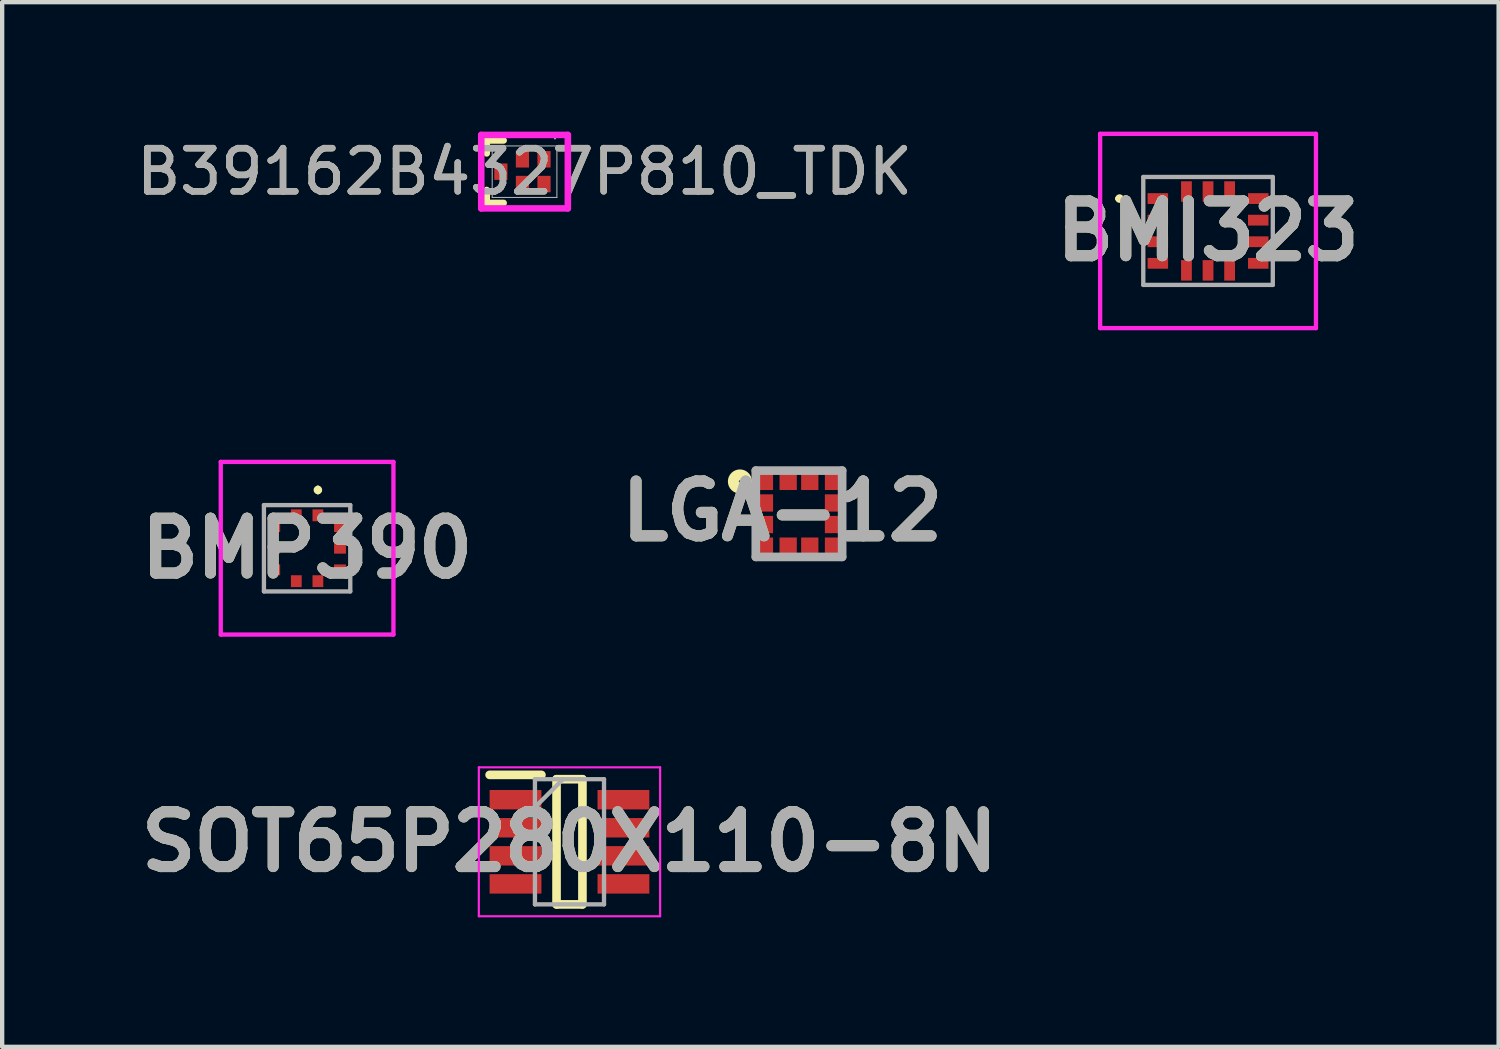
<source format=kicad_pcb>
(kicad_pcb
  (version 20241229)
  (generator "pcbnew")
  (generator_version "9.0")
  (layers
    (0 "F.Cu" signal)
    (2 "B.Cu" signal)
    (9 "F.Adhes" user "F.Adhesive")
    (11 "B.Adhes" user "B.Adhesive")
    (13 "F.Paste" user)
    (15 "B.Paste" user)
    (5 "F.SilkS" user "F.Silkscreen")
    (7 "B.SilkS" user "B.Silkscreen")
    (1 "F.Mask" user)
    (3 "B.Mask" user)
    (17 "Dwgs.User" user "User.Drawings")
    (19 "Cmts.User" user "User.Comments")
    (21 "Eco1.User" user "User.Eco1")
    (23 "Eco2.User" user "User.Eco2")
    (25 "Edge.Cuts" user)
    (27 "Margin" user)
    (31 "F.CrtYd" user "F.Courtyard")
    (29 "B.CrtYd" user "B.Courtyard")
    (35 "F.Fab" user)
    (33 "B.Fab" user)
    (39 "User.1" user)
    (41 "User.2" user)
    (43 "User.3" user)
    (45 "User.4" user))
  (footprint "BMI323"
    (layer "F.Cu")
    (at 24.934 2.3)
    (property "Reference" "BMI323" (at 0 0 0) (layer "F.SilkS") (effects (font (size 1.27 1.27) (thickness 0.254))))
    (attr smd)
    (fp_line (start -2.1 -0.75) (end -2.1 -0.75) (stroke (width 0.1) (type solid)) (layer "F.SilkS"))
    (fp_line (start -2 -0.75) (end -2 -0.75) (stroke (width 0.1) (type solid)) (layer "F.SilkS"))
    (fp_arc (start -2.1 -0.75) (mid -2.05 -0.8) (end -2 -0.75) (stroke (width 0.1) (type solid)) (layer "F.SilkS"))
    (fp_arc (start -2 -0.75) (mid -2.05 -0.7) (end -2.1 -0.75) (stroke (width 0.1) (type solid)) (layer "F.SilkS"))
    (fp_line (start -2.5 -2.25) (end 2.5 -2.25) (stroke (width 0.1) (type solid)) (layer "F.CrtYd"))
    (fp_line (start -2.5 2.25) (end -2.5 -2.25) (stroke (width 0.1) (type solid)) (layer "F.CrtYd"))
    (fp_line (start 2.5 -2.25) (end 2.5 2.25) (stroke (width 0.1) (type solid)) (layer "F.CrtYd"))
    (fp_line (start 2.5 2.25) (end -2.5 2.25) (stroke (width 0.1) (type solid)) (layer "F.CrtYd"))
    (fp_line (start -1.5 -1.25) (end 1.5 -1.25) (stroke (width 0.1) (type solid)) (layer "F.Fab"))
    (fp_line (start -1.5 1.25) (end -1.5 -1.25) (stroke (width 0.1) (type solid)) (layer "F.Fab"))
    (fp_line (start 1.5 -1.25) (end 1.5 1.25) (stroke (width 0.1) (type solid)) (layer "F.Fab"))
    (fp_line (start 1.5 1.25) (end -1.5 1.25) (stroke (width 0.1) (type solid)) (layer "F.Fab"))
    (fp_text user "${REFERENCE}" (at 0 0 0) (layer "F.Fab") (effects (font (size 1.27 1.27) (thickness 0.254))))
    (pad "1" smd rect (at -1.163 -0.75 90) (size 0.25 0.475) (layers "F.Cu" "F.Mask" "F.Paste"))
    (pad "2" smd rect (at -1.163 -0.25 90) (size 0.25 0.475) (layers "F.Cu" "F.Mask" "F.Paste"))
    (pad "3" smd rect (at -1.163 0.25 90) (size 0.25 0.475) (layers "F.Cu" "F.Mask" "F.Paste"))
    (pad "4" smd rect (at -1.163 0.75 90) (size 0.25 0.475) (layers "F.Cu" "F.Mask" "F.Paste"))
    (pad "5" smd rect (at -0.5 0.913) (size 0.25 0.475) (layers "F.Cu" "F.Mask" "F.Paste"))
    (pad "6" smd rect (at 0 0.913) (size 0.25 0.475) (layers "F.Cu" "F.Mask" "F.Paste"))
    (pad "7" smd rect (at 0.5 0.913) (size 0.25 0.475) (layers "F.Cu" "F.Mask" "F.Paste"))
    (pad "8" smd rect (at 1.163 0.75 90) (size 0.25 0.475) (layers "F.Cu" "F.Mask" "F.Paste"))
    (pad "9" smd rect (at 1.163 0.25 90) (size 0.25 0.475) (layers "F.Cu" "F.Mask" "F.Paste"))
    (pad "10" smd rect (at 1.163 -0.25 90) (size 0.25 0.475) (layers "F.Cu" "F.Mask" "F.Paste"))
    (pad "11" smd rect (at 1.163 -0.75 90) (size 0.25 0.475) (layers "F.Cu" "F.Mask" "F.Paste"))
    (pad "12" smd rect (at 0.5 -0.913) (size 0.25 0.475) (layers "F.Cu" "F.Mask" "F.Paste"))
    (pad "13" smd rect (at 0 -0.913) (size 0.25 0.475) (layers "F.Cu" "F.Mask" "F.Paste"))
    (pad "14" smd rect (at -0.5 -0.913) (size 0.25 0.475) (layers "F.Cu" "F.Mask" "F.Paste")))
  (footprint "BMP390"
    (layer "F.Cu")
    (at 4.064 9.65)
    (property "Reference" "BMP390" (at 0 0 0) (layer "F.SilkS") (effects (font (size 1.27 1.27) (thickness 0.254))))
    (attr smd)
    (fp_line (start 0.25 -1.4) (end 0.25 -1.4) (stroke (width 0.1) (type solid)) (layer "F.SilkS"))
    (fp_line (start 0.25 -1.3) (end 0.25 -1.3) (stroke (width 0.1) (type solid)) (layer "F.SilkS"))
    (fp_arc (start 0.25 -1.4) (mid 0.3 -1.35) (end 0.25 -1.3) (stroke (width 0.1) (type solid)) (layer "F.SilkS"))
    (fp_arc (start 0.25 -1.3) (mid 0.2 -1.35) (end 0.25 -1.4) (stroke (width 0.1) (type solid)) (layer "F.SilkS"))
    (fp_line (start -2 -2) (end 2 -2) (stroke (width 0.1) (type solid)) (layer "F.CrtYd"))
    (fp_line (start -2 2) (end -2 -2) (stroke (width 0.1) (type solid)) (layer "F.CrtYd"))
    (fp_line (start 2 -2) (end 2 2) (stroke (width 0.1) (type solid)) (layer "F.CrtYd"))
    (fp_line (start 2 2) (end -2 2) (stroke (width 0.1) (type solid)) (layer "F.CrtYd"))
    (fp_line (start -1 -1) (end 1 -1) (stroke (width 0.1) (type solid)) (layer "F.Fab"))
    (fp_line (start -1 1) (end -1 -1) (stroke (width 0.1) (type solid)) (layer "F.Fab"))
    (fp_line (start 1 -1) (end 1 1) (stroke (width 0.1) (type solid)) (layer "F.Fab"))
    (fp_line (start 1 1) (end -1 1) (stroke (width 0.1) (type solid)) (layer "F.Fab"))
    (fp_text user "${REFERENCE}" (at 0 0 0) (layer "F.Fab") (effects (font (size 1.27 1.27) (thickness 0.254))))
    (pad "1" smd rect (at 0.25 -0.763) (size 0.25 0.275) (layers "F.Cu" "F.Mask" "F.Paste"))
    (pad "2" smd rect (at -0.25 -0.763) (size 0.25 0.275) (layers "F.Cu" "F.Mask" "F.Paste"))
    (pad "3" smd rect (at -0.762 -0.5 90) (size 0.25 0.275) (layers "F.Cu" "F.Mask" "F.Paste"))
    (pad "4" smd rect (at -0.762 0 90) (size 0.25 0.275) (layers "F.Cu" "F.Mask" "F.Paste"))
    (pad "5" smd rect (at -0.762 0.5 90) (size 0.25 0.275) (layers "F.Cu" "F.Mask" "F.Paste"))
    (pad "6" smd rect (at -0.25 0.763) (size 0.25 0.275) (layers "F.Cu" "F.Mask" "F.Paste"))
    (pad "7" smd rect (at 0.25 0.763) (size 0.25 0.275) (layers "F.Cu" "F.Mask" "F.Paste"))
    (pad "8" smd rect (at 0.762 0.5 90) (size 0.25 0.275) (layers "F.Cu" "F.Mask" "F.Paste"))
    (pad "9" smd rect (at 0.762 0 90) (size 0.25 0.275) (layers "F.Cu" "F.Mask" "F.Paste"))
    (pad "10" smd rect (at 0.762 -0.5 90) (size 0.25 0.275) (layers "F.Cu" "F.Mask" "F.Paste")))
  (footprint "B39162B4327P810_TDK"
    (layer "F.Cu")
    (at 9.101 0.927)
    (property "Reference" "B39162B4327P810_TDK" (at 0 0 0) (unlocked yes) (layer "F.SilkS") (effects (font (size 1 1) (thickness 0.15))))
    (attr smd)
    (fp_line (start -0.876 -0.724) (end -0.876 -0.424) (stroke (width 0.152) (type solid)) (layer "F.SilkS"))
    (fp_line (start -0.876 0.424) (end -0.876 0.724) (stroke (width 0.152) (type solid)) (layer "F.SilkS"))
    (fp_line (start -0.876 0.724) (end -0.484 0.724) (stroke (width 0.152) (type solid)) (layer "F.SilkS"))
    (fp_line (start -0.484 -0.724) (end -0.876 -0.724) (stroke (width 0.152) (type solid)) (layer "F.SilkS"))
    (fp_line (start -1.003 -0.851) (end 1.003 -0.851) (stroke (width 0.152) (type solid)) (layer "F.CrtYd"))
    (fp_line (start -1.003 0.851) (end -1.003 -0.851) (stroke (width 0.152) (type solid)) (layer "F.CrtYd"))
    (fp_line (start 1.003 -0.851) (end 1.003 0.851) (stroke (width 0.152) (type solid)) (layer "F.CrtYd"))
    (fp_line (start 1.003 0.851) (end -1.003 0.851) (stroke (width 0.152) (type solid)) (layer "F.CrtYd"))
    (fp_line (start -0.749 -0.597) (end -0.749 0.597) (stroke (width 0.025) (type solid)) (layer "F.Fab"))
    (fp_line (start -0.749 0.597) (end 0.749 0.597) (stroke (width 0.025) (type solid)) (layer "F.Fab"))
    (fp_line (start 0.749 -0.597) (end -0.749 -0.597) (stroke (width 0.025) (type solid)) (layer "F.Fab"))
    (fp_line (start 0.749 0.597) (end 0.749 -0.597) (stroke (width 0.025) (type solid)) (layer "F.Fab"))
    (fp_circle (center 0.705 -0.77) (end 0.705 -0.77) (stroke (width 0.025) (type solid)) (fill no) (layer "F.Fab"))
    (fp_text user "${REFERENCE}" (at 0 0 0) (unlocked yes) (layer "F.Fab") (effects (font (size 1 1) (thickness 0.15))))
    (pad "1" smd rect (at -0.549 0) (size 0.305 0.381) (layers "F.Cu" "F.Mask" "F.Paste"))
    (pad "2" smd rect (at -0.049 0.287) (size 0.305 0.381) (layers "F.Cu" "F.Mask" "F.Paste"))
    (pad "3" smd rect (at 0.451 0.287) (size 0.305 0.381) (layers "F.Cu" "F.Mask" "F.Paste"))
    (pad "4" smd rect (at 0.451 -0.287) (size 0.305 0.381) (layers "F.Cu" "F.Mask" "F.Paste"))
    (pad "5" smd rect (at -0.049 -0.287) (size 0.305 0.381) (layers "F.Cu" "F.Mask" "F.Paste")))
  (footprint "LGA-12"
    (layer "F.Cu")
    (at 15.458 8.851)
    (property "Reference" "LGA-12" (at -0.387 -0.063 0) (layer "F.SilkS") (effects (font (size 1.27 1.27) (thickness 0.254))))
    (attr smd)
    (fp_circle (center -1.368 -0.748) (end -1.368 -0.723) (stroke (width 0.254) (type solid)) (fill no) (layer "F.SilkS"))
    (fp_line (start -1 -1) (end 1 -1) (stroke (width 0.2) (type solid)) (layer "F.Fab"))
    (fp_line (start -1 1) (end -1 -1) (stroke (width 0.2) (type solid)) (layer "F.Fab"))
    (fp_line (start 1 -1) (end 1 1) (stroke (width 0.2) (type solid)) (layer "F.Fab"))
    (fp_line (start 1 1) (end -1 1) (stroke (width 0.2) (type solid)) (layer "F.Fab"))
    (fp_text user "${REFERENCE}" (at -0.387 -0.063 0) (layer "F.Fab") (effects (font (size 1.27 1.27) (thickness 0.254))))
    (pad "1" smd rect (at -0.8 -0.75 90) (size 0.4 0.4) (layers "F.Cu" "F.Mask" "F.Paste"))
    (pad "2" smd rect (at -0.8 -0.25 90) (size 0.4 0.4) (layers "F.Cu" "F.Mask" "F.Paste"))
    (pad "3" smd rect (at -0.8 0.25 90) (size 0.4 0.4) (layers "F.Cu" "F.Mask" "F.Paste"))
    (pad "4" smd rect (at -0.8 0.75 90) (size 0.4 0.4) (layers "F.Cu" "F.Mask" "F.Paste"))
    (pad "5" smd rect (at -0.25 0.75 90) (size 0.4 0.4) (layers "F.Cu" "F.Mask" "F.Paste"))
    (pad "6" smd rect (at 0.25 0.75 90) (size 0.4 0.4) (layers "F.Cu" "F.Mask" "F.Paste"))
    (pad "7" smd rect (at 0.8 0.75 90) (size 0.4 0.4) (layers "F.Cu" "F.Mask" "F.Paste"))
    (pad "8" smd rect (at 0.8 0.25 90) (size 0.4 0.4) (layers "F.Cu" "F.Mask" "F.Paste"))
    (pad "9" smd rect (at 0.8 -0.25 90) (size 0.4 0.4) (layers "F.Cu" "F.Mask" "F.Paste"))
    (pad "10" smd rect (at 0.8 -0.75 90) (size 0.4 0.4) (layers "F.Cu" "F.Mask" "F.Paste"))
    (pad "11" smd rect (at 0.25 -0.75 90) (size 0.4 0.4) (layers "F.Cu" "F.Mask" "F.Paste"))
    (pad "12" smd rect (at -0.25 -0.75 90) (size 0.4 0.4) (layers "F.Cu" "F.Mask" "F.Paste")))
  (footprint "SOT65P280X110-8N"
    (layer "F.Cu")
    (at 10.142 16.45)
    (property "Reference" "SOT65P280X110-8N" (at 0 0 0) (layer "F.SilkS") (effects (font (size 1.27 1.27) (thickness 0.254))))
    (attr smd)
    (fp_line (start -1.85 -1.55) (end -0.65 -1.55) (stroke (width 0.2) (type solid)) (layer "F.SilkS"))
    (fp_line (start -0.3 -1.45) (end 0.3 -1.45) (stroke (width 0.2) (type solid)) (layer "F.SilkS"))
    (fp_line (start -0.3 1.45) (end -0.3 -1.45) (stroke (width 0.2) (type solid)) (layer "F.SilkS"))
    (fp_line (start 0.3 -1.45) (end 0.3 1.45) (stroke (width 0.2) (type solid)) (layer "F.SilkS"))
    (fp_line (start 0.3 1.45) (end -0.3 1.45) (stroke (width 0.2) (type solid)) (layer "F.SilkS"))
    (fp_line (start -2.1 -1.725) (end 2.1 -1.725) (stroke (width 0.05) (type solid)) (layer "F.CrtYd"))
    (fp_line (start -2.1 1.725) (end -2.1 -1.725) (stroke (width 0.05) (type solid)) (layer "F.CrtYd"))
    (fp_line (start 2.1 -1.725) (end 2.1 1.725) (stroke (width 0.05) (type solid)) (layer "F.CrtYd"))
    (fp_line (start 2.1 1.725) (end -2.1 1.725) (stroke (width 0.05) (type solid)) (layer "F.CrtYd"))
    (fp_line (start -0.8 -1.45) (end 0.8 -1.45) (stroke (width 0.1) (type solid)) (layer "F.Fab"))
    (fp_line (start -0.8 -0.8) (end -0.15 -1.45) (stroke (width 0.1) (type solid)) (layer "F.Fab"))
    (fp_line (start -0.8 1.45) (end -0.8 -1.45) (stroke (width 0.1) (type solid)) (layer "F.Fab"))
    (fp_line (start 0.8 -1.45) (end 0.8 1.45) (stroke (width 0.1) (type solid)) (layer "F.Fab"))
    (fp_line (start 0.8 1.45) (end -0.8 1.45) (stroke (width 0.1) (type solid)) (layer "F.Fab"))
    (fp_text user "${REFERENCE}" (at 0 0 0) (layer "F.Fab") (effects (font (size 1.27 1.27) (thickness 0.254))))
    (pad "1" smd rect (at -1.25 -0.975 90) (size 0.45 1.2) (layers "F.Cu" "F.Mask" "F.Paste"))
    (pad "2" smd rect (at -1.25 -0.325 90) (size 0.45 1.2) (layers "F.Cu" "F.Mask" "F.Paste"))
    (pad "3" smd rect (at -1.25 0.325 90) (size 0.45 1.2) (layers "F.Cu" "F.Mask" "F.Paste"))
    (pad "4" smd rect (at -1.25 0.975 90) (size 0.45 1.2) (layers "F.Cu" "F.Mask" "F.Paste"))
    (pad "5" smd rect (at 1.25 0.975 90) (size 0.45 1.2) (layers "F.Cu" "F.Mask" "F.Paste"))
    (pad "6" smd rect (at 1.25 0.325 90) (size 0.45 1.2) (layers "F.Cu" "F.Mask" "F.Paste"))
    (pad "7" smd rect (at 1.25 -0.325 90) (size 0.45 1.2) (layers "F.Cu" "F.Mask" "F.Paste"))
    (pad "8" smd rect (at 1.25 -0.975 90) (size 0.45 1.2) (layers "F.Cu" "F.Mask" "F.Paste")))
  (gr_rect
    (start -3 -3)
    (end 31.665 21.2)
    (stroke (width 0.1) (type default))
    (fill no)
    (layer "Edge.Cuts")))
</source>
